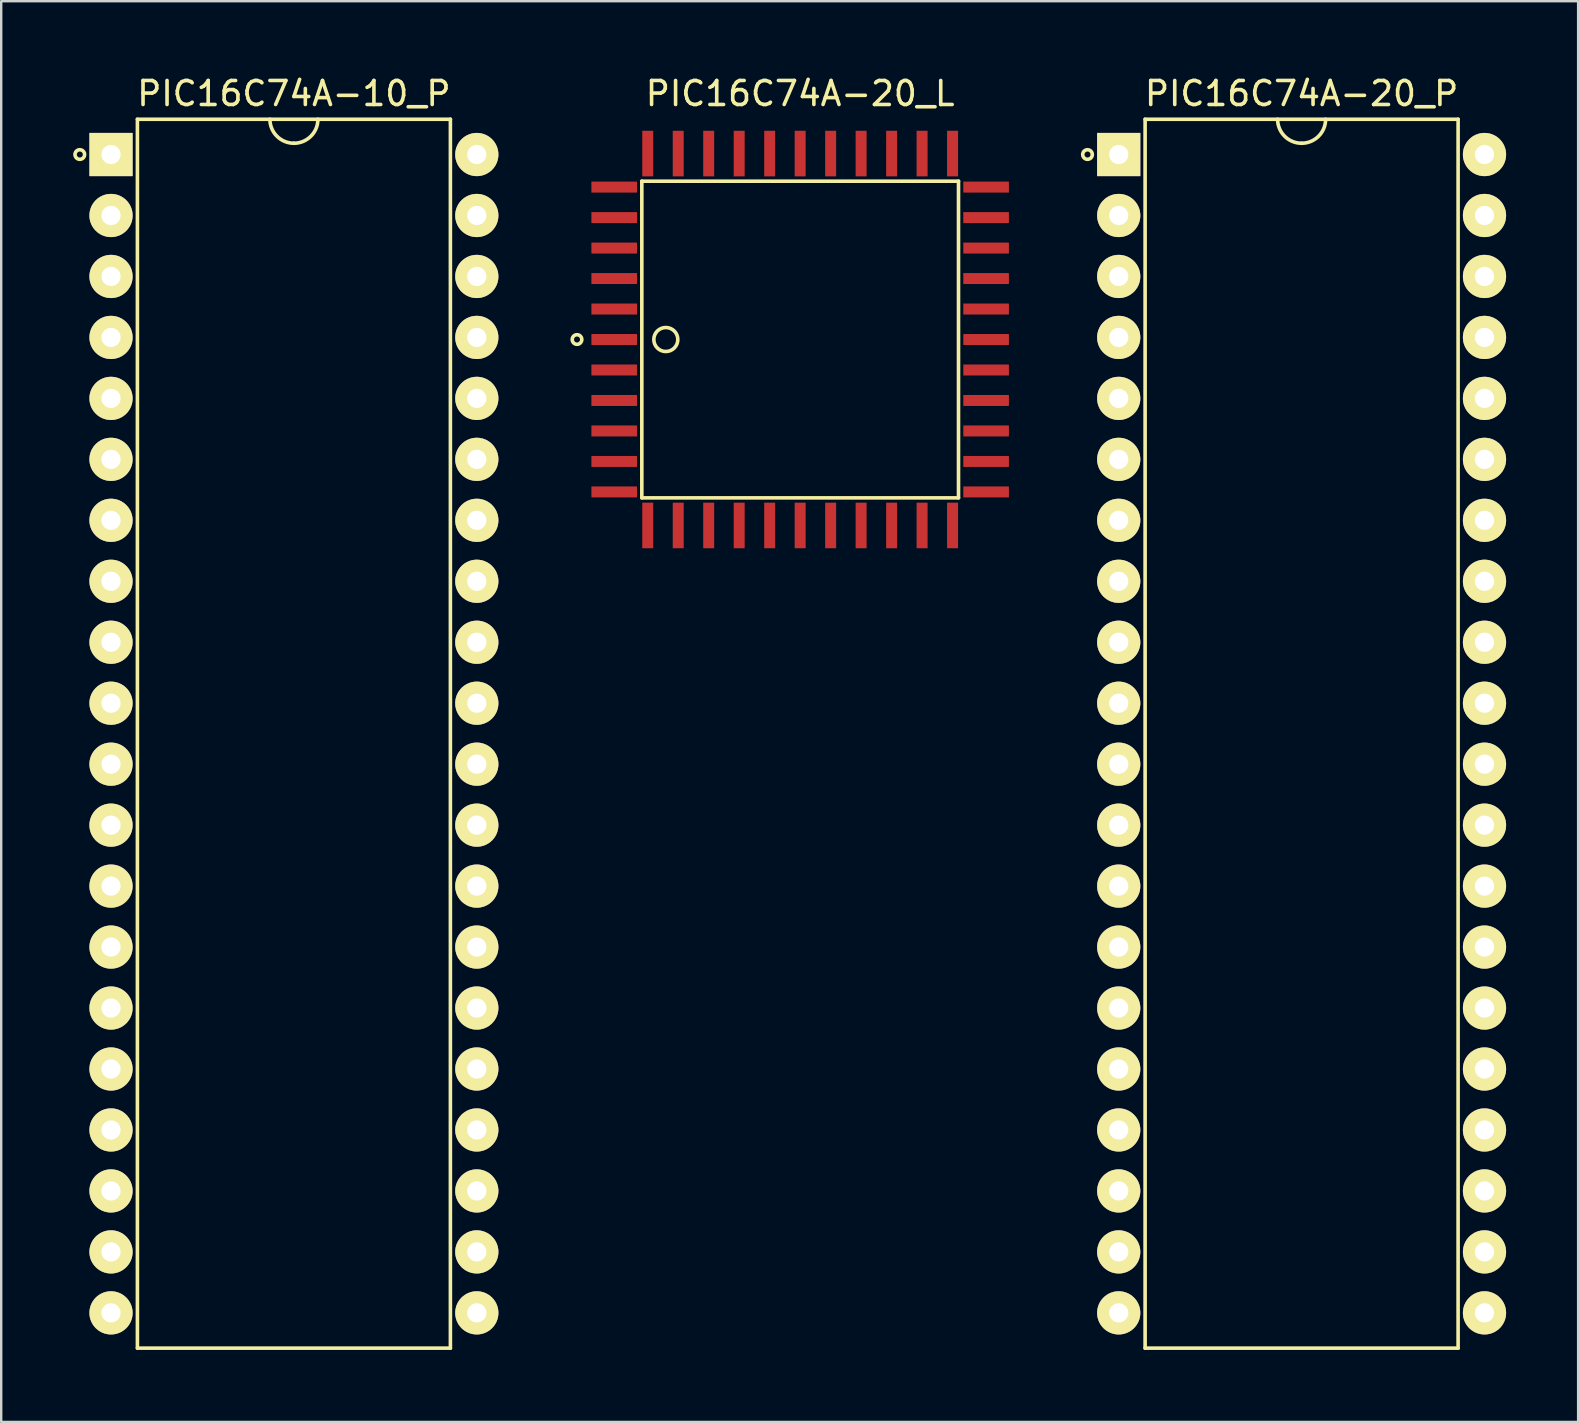
<source format=kicad_pcb>
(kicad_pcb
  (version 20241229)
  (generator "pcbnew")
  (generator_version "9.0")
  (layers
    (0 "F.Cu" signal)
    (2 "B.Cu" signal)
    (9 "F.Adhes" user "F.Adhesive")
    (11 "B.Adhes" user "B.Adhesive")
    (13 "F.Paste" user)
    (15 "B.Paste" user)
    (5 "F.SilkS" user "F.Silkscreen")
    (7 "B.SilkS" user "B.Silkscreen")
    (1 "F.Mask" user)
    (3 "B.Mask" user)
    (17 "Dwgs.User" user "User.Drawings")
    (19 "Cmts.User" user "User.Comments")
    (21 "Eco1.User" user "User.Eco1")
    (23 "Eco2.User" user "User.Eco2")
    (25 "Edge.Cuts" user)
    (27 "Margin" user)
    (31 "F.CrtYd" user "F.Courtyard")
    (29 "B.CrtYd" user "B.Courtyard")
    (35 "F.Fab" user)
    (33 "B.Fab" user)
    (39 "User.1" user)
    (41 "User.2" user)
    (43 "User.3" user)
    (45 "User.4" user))
  (footprint "PIC16C74A-10_P"
    (layer "F.Cu")
    (at 1.575 3.388)
    (property "Reference" "PIC16C74A-10_P" (at 7.62 -2.54 0) (layer "F.SilkS") (effects (font (size 1 1) (thickness 0.15))))
    (attr through_hole)
    (fp_line (start 1.1 -1.47) (end 14.14 -1.47) (stroke (width 0.15) (type solid)) (layer "F.SilkS"))
    (fp_line (start 1.1 49.73) (end 1.1 -1.47) (stroke (width 0.15) (type solid)) (layer "F.SilkS"))
    (fp_line (start 14.14 -1.47) (end 14.14 49.73) (stroke (width 0.15) (type solid)) (layer "F.SilkS"))
    (fp_line (start 14.14 49.73) (end 1.1 49.73) (stroke (width 0.15) (type solid)) (layer "F.SilkS"))
    (fp_arc (start 7.62 -0.47) (mid 6.912893 -0.762893) (end 6.62 -1.47) (stroke (width 0.15) (type solid)) (layer "F.SilkS"))
    (fp_arc (start 8.62 -1.47) (mid 8.327107 -0.762893) (end 7.62 -0.47) (stroke (width 0.15) (type solid)) (layer "F.SilkS"))
    (fp_circle (center -1.3 0) (end -1.3 0.2) (stroke (width 0.15) (type solid)) (fill no) (layer "F.SilkS"))
    (pad "1" thru_hole rect (at 0 0) (size 1.8 1.8) (drill 0.8) (layers "*.Cu" "*.Mask" "F.SilkS"))
    (pad "2" thru_hole circle (at 0 2.54) (size 1.8 1.8) (drill 0.8) (layers "*.Cu" "*.Mask" "F.SilkS"))
    (pad "3" thru_hole circle (at 0 5.08) (size 1.8 1.8) (drill 0.8) (layers "*.Cu" "*.Mask" "F.SilkS"))
    (pad "4" thru_hole circle (at 0 7.62) (size 1.8 1.8) (drill 0.8) (layers "*.Cu" "*.Mask" "F.SilkS"))
    (pad "5" thru_hole circle (at 0 10.16) (size 1.8 1.8) (drill 0.8) (layers "*.Cu" "*.Mask" "F.SilkS"))
    (pad "6" thru_hole circle (at 0 12.7) (size 1.8 1.8) (drill 0.8) (layers "*.Cu" "*.Mask" "F.SilkS"))
    (pad "7" thru_hole circle (at 0 15.24) (size 1.8 1.8) (drill 0.8) (layers "*.Cu" "*.Mask" "F.SilkS"))
    (pad "8" thru_hole circle (at 0 17.78) (size 1.8 1.8) (drill 0.8) (layers "*.Cu" "*.Mask" "F.SilkS"))
    (pad "9" thru_hole circle (at 0 20.32) (size 1.8 1.8) (drill 0.8) (layers "*.Cu" "*.Mask" "F.SilkS"))
    (pad "10" thru_hole circle (at 0 22.86) (size 1.8 1.8) (drill 0.8) (layers "*.Cu" "*.Mask" "F.SilkS"))
    (pad "11" thru_hole circle (at 0 25.4) (size 1.8 1.8) (drill 0.8) (layers "*.Cu" "*.Mask" "F.SilkS"))
    (pad "12" thru_hole circle (at 0 27.94) (size 1.8 1.8) (drill 0.8) (layers "*.Cu" "*.Mask" "F.SilkS"))
    (pad "13" thru_hole circle (at 0 30.48) (size 1.8 1.8) (drill 0.8) (layers "*.Cu" "*.Mask" "F.SilkS"))
    (pad "14" thru_hole circle (at 0 33.02) (size 1.8 1.8) (drill 0.8) (layers "*.Cu" "*.Mask" "F.SilkS"))
    (pad "15" thru_hole circle (at 0 35.56) (size 1.8 1.8) (drill 0.8) (layers "*.Cu" "*.Mask" "F.SilkS"))
    (pad "16" thru_hole circle (at 0 38.1) (size 1.8 1.8) (drill 0.8) (layers "*.Cu" "*.Mask" "F.SilkS"))
    (pad "17" thru_hole circle (at 0 40.64) (size 1.8 1.8) (drill 0.8) (layers "*.Cu" "*.Mask" "F.SilkS"))
    (pad "18" thru_hole circle (at 0 43.18) (size 1.8 1.8) (drill 0.8) (layers "*.Cu" "*.Mask" "F.SilkS"))
    (pad "19" thru_hole circle (at 0 45.72) (size 1.8 1.8) (drill 0.8) (layers "*.Cu" "*.Mask" "F.SilkS"))
    (pad "20" thru_hole circle (at 0 48.26) (size 1.8 1.8) (drill 0.8) (layers "*.Cu" "*.Mask" "F.SilkS"))
    (pad "21" thru_hole circle (at 15.24 48.26) (size 1.8 1.8) (drill 0.8) (layers "*.Cu" "*.Mask" "F.SilkS"))
    (pad "22" thru_hole circle (at 15.24 45.72) (size 1.8 1.8) (drill 0.8) (layers "*.Cu" "*.Mask" "F.SilkS"))
    (pad "23" thru_hole circle (at 15.24 43.18) (size 1.8 1.8) (drill 0.8) (layers "*.Cu" "*.Mask" "F.SilkS"))
    (pad "24" thru_hole circle (at 15.24 40.64) (size 1.8 1.8) (drill 0.8) (layers "*.Cu" "*.Mask" "F.SilkS"))
    (pad "25" thru_hole circle (at 15.24 38.1) (size 1.8 1.8) (drill 0.8) (layers "*.Cu" "*.Mask" "F.SilkS"))
    (pad "26" thru_hole circle (at 15.24 35.56) (size 1.8 1.8) (drill 0.8) (layers "*.Cu" "*.Mask" "F.SilkS"))
    (pad "27" thru_hole circle (at 15.24 33.02) (size 1.8 1.8) (drill 0.8) (layers "*.Cu" "*.Mask" "F.SilkS"))
    (pad "28" thru_hole circle (at 15.24 30.48) (size 1.8 1.8) (drill 0.8) (layers "*.Cu" "*.Mask" "F.SilkS"))
    (pad "29" thru_hole circle (at 15.24 27.94) (size 1.8 1.8) (drill 0.8) (layers "*.Cu" "*.Mask" "F.SilkS"))
    (pad "30" thru_hole circle (at 15.24 25.4) (size 1.8 1.8) (drill 0.8) (layers "*.Cu" "*.Mask" "F.SilkS"))
    (pad "31" thru_hole circle (at 15.24 22.86) (size 1.8 1.8) (drill 0.8) (layers "*.Cu" "*.Mask" "F.SilkS"))
    (pad "32" thru_hole circle (at 15.24 20.32) (size 1.8 1.8) (drill 0.8) (layers "*.Cu" "*.Mask" "F.SilkS"))
    (pad "33" thru_hole circle (at 15.24 17.78) (size 1.8 1.8) (drill 0.8) (layers "*.Cu" "*.Mask" "F.SilkS"))
    (pad "34" thru_hole circle (at 15.24 15.24) (size 1.8 1.8) (drill 0.8) (layers "*.Cu" "*.Mask" "F.SilkS"))
    (pad "35" thru_hole circle (at 15.24 12.7) (size 1.8 1.8) (drill 0.8) (layers "*.Cu" "*.Mask" "F.SilkS"))
    (pad "36" thru_hole circle (at 15.24 10.16) (size 1.8 1.8) (drill 0.8) (layers "*.Cu" "*.Mask" "F.SilkS"))
    (pad "37" thru_hole circle (at 15.24 7.62) (size 1.8 1.8) (drill 0.8) (layers "*.Cu" "*.Mask" "F.SilkS"))
    (pad "38" thru_hole circle (at 15.24 5.08) (size 1.8 1.8) (drill 0.8) (layers "*.Cu" "*.Mask" "F.SilkS"))
    (pad "39" thru_hole circle (at 15.24 2.54) (size 1.8 1.8) (drill 0.8) (layers "*.Cu" "*.Mask" "F.SilkS"))
    (pad "40" thru_hole circle (at 15.24 0) (size 1.8 1.8) (drill 0.8) (layers "*.Cu" "*.Mask" "F.SilkS")))
  (footprint "PIC16C74A-20_L"
    (layer "F.Cu")
    (at 22.54 3.348)
    (property "Reference" "PIC16C74A-20_L" (at 7.747 -2.5 0) (layer "F.SilkS") (effects (font (size 1 1) (thickness 0.15))))
    (attr through_hole)
    (fp_line (start 1.15 1.15) (end 1.15 14.344) (stroke (width 0.15) (type solid)) (layer "F.SilkS"))
    (fp_line (start 1.15 1.15) (end 14.344 1.15) (stroke (width 0.15) (type solid)) (layer "F.SilkS"))
    (fp_line (start 1.15 14.344) (end 14.344 14.344) (stroke (width 0.15) (type solid)) (layer "F.SilkS"))
    (fp_line (start 14.344 14.344) (end 14.344 1.15) (stroke (width 0.15) (type solid)) (layer "F.SilkS"))
    (fp_circle (center -1.55 7.747) (end -1.55 7.547) (stroke (width 0.15) (type solid)) (fill no) (layer "F.SilkS"))
    (fp_circle (center 2.15 7.747) (end 2.15 7.247) (stroke (width 0.15) (type solid)) (fill no) (layer "F.SilkS"))
    (pad "1" smd rect (at 0 7.747) (size 1.9 0.457) (layers "F.Cu" "F.Mask" "F.Paste"))
    (pad "2" smd rect (at 0 9.017) (size 1.9 0.457) (layers "F.Cu" "F.Mask" "F.Paste"))
    (pad "3" smd rect (at 0 10.287) (size 1.9 0.457) (layers "F.Cu" "F.Mask" "F.Paste"))
    (pad "4" smd rect (at 0 11.557) (size 1.9 0.457) (layers "F.Cu" "F.Mask" "F.Paste"))
    (pad "5" smd rect (at 0 12.827) (size 1.9 0.457) (layers "F.Cu" "F.Mask" "F.Paste"))
    (pad "6" smd rect (at 0 14.097) (size 1.9 0.457) (layers "F.Cu" "F.Mask" "F.Paste"))
    (pad "7" smd rect (at 1.397 15.494) (size 0.457 1.9) (layers "F.Cu" "F.Mask" "F.Paste"))
    (pad "8" smd rect (at 2.667 15.494) (size 0.457 1.9) (layers "F.Cu" "F.Mask" "F.Paste"))
    (pad "9" smd rect (at 3.937 15.494) (size 0.457 1.9) (layers "F.Cu" "F.Mask" "F.Paste"))
    (pad "10" smd rect (at 5.207 15.494) (size 0.457 1.9) (layers "F.Cu" "F.Mask" "F.Paste"))
    (pad "11" smd rect (at 6.477 15.494) (size 0.457 1.9) (layers "F.Cu" "F.Mask" "F.Paste"))
    (pad "12" smd rect (at 7.747 15.494) (size 0.457 1.9) (layers "F.Cu" "F.Mask" "F.Paste"))
    (pad "13" smd rect (at 9.017 15.494) (size 0.457 1.9) (layers "F.Cu" "F.Mask" "F.Paste"))
    (pad "14" smd rect (at 10.287 15.494) (size 0.457 1.9) (layers "F.Cu" "F.Mask" "F.Paste"))
    (pad "15" smd rect (at 11.557 15.494) (size 0.457 1.9) (layers "F.Cu" "F.Mask" "F.Paste"))
    (pad "16" smd rect (at 12.827 15.494) (size 0.457 1.9) (layers "F.Cu" "F.Mask" "F.Paste"))
    (pad "17" smd rect (at 14.097 15.494) (size 0.457 1.9) (layers "F.Cu" "F.Mask" "F.Paste"))
    (pad "18" smd rect (at 15.494 14.097) (size 1.9 0.457) (layers "F.Cu" "F.Mask" "F.Paste"))
    (pad "19" smd rect (at 15.494 12.827) (size 1.9 0.457) (layers "F.Cu" "F.Mask" "F.Paste"))
    (pad "20" smd rect (at 15.494 11.557) (size 1.9 0.457) (layers "F.Cu" "F.Mask" "F.Paste"))
    (pad "21" smd rect (at 15.494 10.287) (size 1.9 0.457) (layers "F.Cu" "F.Mask" "F.Paste"))
    (pad "22" smd rect (at 15.494 9.017) (size 1.9 0.457) (layers "F.Cu" "F.Mask" "F.Paste"))
    (pad "23" smd rect (at 15.494 7.747) (size 1.9 0.457) (layers "F.Cu" "F.Mask" "F.Paste"))
    (pad "24" smd rect (at 15.494 6.477) (size 1.9 0.457) (layers "F.Cu" "F.Mask" "F.Paste"))
    (pad "25" smd rect (at 15.494 5.207) (size 1.9 0.457) (layers "F.Cu" "F.Mask" "F.Paste"))
    (pad "26" smd rect (at 15.494 3.937) (size 1.9 0.457) (layers "F.Cu" "F.Mask" "F.Paste"))
    (pad "27" smd rect (at 15.494 2.667) (size 1.9 0.457) (layers "F.Cu" "F.Mask" "F.Paste"))
    (pad "28" smd rect (at 15.494 1.397) (size 1.9 0.457) (layers "F.Cu" "F.Mask" "F.Paste"))
    (pad "29" smd rect (at 14.097 0) (size 0.457 1.9) (layers "F.Cu" "F.Mask" "F.Paste"))
    (pad "30" smd rect (at 12.827 0) (size 0.457 1.9) (layers "F.Cu" "F.Mask" "F.Paste"))
    (pad "31" smd rect (at 11.557 0) (size 0.457 1.9) (layers "F.Cu" "F.Mask" "F.Paste"))
    (pad "32" smd rect (at 10.287 0) (size 0.457 1.9) (layers "F.Cu" "F.Mask" "F.Paste"))
    (pad "33" smd rect (at 9.017 0) (size 0.457 1.9) (layers "F.Cu" "F.Mask" "F.Paste"))
    (pad "34" smd rect (at 7.747 0) (size 0.457 1.9) (layers "F.Cu" "F.Mask" "F.Paste"))
    (pad "35" smd rect (at 6.477 0) (size 0.457 1.9) (layers "F.Cu" "F.Mask" "F.Paste"))
    (pad "36" smd rect (at 5.207 0) (size 0.457 1.9) (layers "F.Cu" "F.Mask" "F.Paste"))
    (pad "37" smd rect (at 3.937 0) (size 0.457 1.9) (layers "F.Cu" "F.Mask" "F.Paste"))
    (pad "38" smd rect (at 2.667 0) (size 0.457 1.9) (layers "F.Cu" "F.Mask" "F.Paste"))
    (pad "39" smd rect (at 1.397 0) (size 0.457 1.9) (layers "F.Cu" "F.Mask" "F.Paste"))
    (pad "40" smd rect (at 0 1.397) (size 1.9 0.457) (layers "F.Cu" "F.Mask" "F.Paste"))
    (pad "41" smd rect (at 0 2.667) (size 1.9 0.457) (layers "F.Cu" "F.Mask" "F.Paste"))
    (pad "42" smd rect (at 0 3.937) (size 1.9 0.457) (layers "F.Cu" "F.Mask" "F.Paste"))
    (pad "43" smd rect (at 0 5.207) (size 1.9 0.457) (layers "F.Cu" "F.Mask" "F.Paste"))
    (pad "44" smd rect (at 0 6.477) (size 1.9 0.457) (layers "F.Cu" "F.Mask" "F.Paste")))
  (footprint "PIC16C74A-20_P"
    (layer "F.Cu")
    (at 43.559 3.388)
    (property "Reference" "PIC16C74A-20_P" (at 7.62 -2.54 0) (layer "F.SilkS") (effects (font (size 1 1) (thickness 0.15))))
    (attr through_hole)
    (fp_line (start 1.1 -1.47) (end 14.14 -1.47) (stroke (width 0.15) (type solid)) (layer "F.SilkS"))
    (fp_line (start 1.1 49.73) (end 1.1 -1.47) (stroke (width 0.15) (type solid)) (layer "F.SilkS"))
    (fp_line (start 14.14 -1.47) (end 14.14 49.73) (stroke (width 0.15) (type solid)) (layer "F.SilkS"))
    (fp_line (start 14.14 49.73) (end 1.1 49.73) (stroke (width 0.15) (type solid)) (layer "F.SilkS"))
    (fp_arc (start 7.62 -0.47) (mid 6.912893 -0.762893) (end 6.62 -1.47) (stroke (width 0.15) (type solid)) (layer "F.SilkS"))
    (fp_arc (start 8.62 -1.47) (mid 8.327107 -0.762893) (end 7.62 -0.47) (stroke (width 0.15) (type solid)) (layer "F.SilkS"))
    (fp_circle (center -1.3 0) (end -1.3 0.2) (stroke (width 0.15) (type solid)) (fill no) (layer "F.SilkS"))
    (pad "1" thru_hole rect (at 0 0) (size 1.8 1.8) (drill 0.8) (layers "*.Cu" "*.Mask" "F.SilkS"))
    (pad "2" thru_hole circle (at 0 2.54) (size 1.8 1.8) (drill 0.8) (layers "*.Cu" "*.Mask" "F.SilkS"))
    (pad "3" thru_hole circle (at 0 5.08) (size 1.8 1.8) (drill 0.8) (layers "*.Cu" "*.Mask" "F.SilkS"))
    (pad "4" thru_hole circle (at 0 7.62) (size 1.8 1.8) (drill 0.8) (layers "*.Cu" "*.Mask" "F.SilkS"))
    (pad "5" thru_hole circle (at 0 10.16) (size 1.8 1.8) (drill 0.8) (layers "*.Cu" "*.Mask" "F.SilkS"))
    (pad "6" thru_hole circle (at 0 12.7) (size 1.8 1.8) (drill 0.8) (layers "*.Cu" "*.Mask" "F.SilkS"))
    (pad "7" thru_hole circle (at 0 15.24) (size 1.8 1.8) (drill 0.8) (layers "*.Cu" "*.Mask" "F.SilkS"))
    (pad "8" thru_hole circle (at 0 17.78) (size 1.8 1.8) (drill 0.8) (layers "*.Cu" "*.Mask" "F.SilkS"))
    (pad "9" thru_hole circle (at 0 20.32) (size 1.8 1.8) (drill 0.8) (layers "*.Cu" "*.Mask" "F.SilkS"))
    (pad "10" thru_hole circle (at 0 22.86) (size 1.8 1.8) (drill 0.8) (layers "*.Cu" "*.Mask" "F.SilkS"))
    (pad "11" thru_hole circle (at 0 25.4) (size 1.8 1.8) (drill 0.8) (layers "*.Cu" "*.Mask" "F.SilkS"))
    (pad "12" thru_hole circle (at 0 27.94) (size 1.8 1.8) (drill 0.8) (layers "*.Cu" "*.Mask" "F.SilkS"))
    (pad "13" thru_hole circle (at 0 30.48) (size 1.8 1.8) (drill 0.8) (layers "*.Cu" "*.Mask" "F.SilkS"))
    (pad "14" thru_hole circle (at 0 33.02) (size 1.8 1.8) (drill 0.8) (layers "*.Cu" "*.Mask" "F.SilkS"))
    (pad "15" thru_hole circle (at 0 35.56) (size 1.8 1.8) (drill 0.8) (layers "*.Cu" "*.Mask" "F.SilkS"))
    (pad "16" thru_hole circle (at 0 38.1) (size 1.8 1.8) (drill 0.8) (layers "*.Cu" "*.Mask" "F.SilkS"))
    (pad "17" thru_hole circle (at 0 40.64) (size 1.8 1.8) (drill 0.8) (layers "*.Cu" "*.Mask" "F.SilkS"))
    (pad "18" thru_hole circle (at 0 43.18) (size 1.8 1.8) (drill 0.8) (layers "*.Cu" "*.Mask" "F.SilkS"))
    (pad "19" thru_hole circle (at 0 45.72) (size 1.8 1.8) (drill 0.8) (layers "*.Cu" "*.Mask" "F.SilkS"))
    (pad "20" thru_hole circle (at 0 48.26) (size 1.8 1.8) (drill 0.8) (layers "*.Cu" "*.Mask" "F.SilkS"))
    (pad "21" thru_hole circle (at 15.24 48.26) (size 1.8 1.8) (drill 0.8) (layers "*.Cu" "*.Mask" "F.SilkS"))
    (pad "22" thru_hole circle (at 15.24 45.72) (size 1.8 1.8) (drill 0.8) (layers "*.Cu" "*.Mask" "F.SilkS"))
    (pad "23" thru_hole circle (at 15.24 43.18) (size 1.8 1.8) (drill 0.8) (layers "*.Cu" "*.Mask" "F.SilkS"))
    (pad "24" thru_hole circle (at 15.24 40.64) (size 1.8 1.8) (drill 0.8) (layers "*.Cu" "*.Mask" "F.SilkS"))
    (pad "25" thru_hole circle (at 15.24 38.1) (size 1.8 1.8) (drill 0.8) (layers "*.Cu" "*.Mask" "F.SilkS"))
    (pad "26" thru_hole circle (at 15.24 35.56) (size 1.8 1.8) (drill 0.8) (layers "*.Cu" "*.Mask" "F.SilkS"))
    (pad "27" thru_hole circle (at 15.24 33.02) (size 1.8 1.8) (drill 0.8) (layers "*.Cu" "*.Mask" "F.SilkS"))
    (pad "28" thru_hole circle (at 15.24 30.48) (size 1.8 1.8) (drill 0.8) (layers "*.Cu" "*.Mask" "F.SilkS"))
    (pad "29" thru_hole circle (at 15.24 27.94) (size 1.8 1.8) (drill 0.8) (layers "*.Cu" "*.Mask" "F.SilkS"))
    (pad "30" thru_hole circle (at 15.24 25.4) (size 1.8 1.8) (drill 0.8) (layers "*.Cu" "*.Mask" "F.SilkS"))
    (pad "31" thru_hole circle (at 15.24 22.86) (size 1.8 1.8) (drill 0.8) (layers "*.Cu" "*.Mask" "F.SilkS"))
    (pad "32" thru_hole circle (at 15.24 20.32) (size 1.8 1.8) (drill 0.8) (layers "*.Cu" "*.Mask" "F.SilkS"))
    (pad "33" thru_hole circle (at 15.24 17.78) (size 1.8 1.8) (drill 0.8) (layers "*.Cu" "*.Mask" "F.SilkS"))
    (pad "34" thru_hole circle (at 15.24 15.24) (size 1.8 1.8) (drill 0.8) (layers "*.Cu" "*.Mask" "F.SilkS"))
    (pad "35" thru_hole circle (at 15.24 12.7) (size 1.8 1.8) (drill 0.8) (layers "*.Cu" "*.Mask" "F.SilkS"))
    (pad "36" thru_hole circle (at 15.24 10.16) (size 1.8 1.8) (drill 0.8) (layers "*.Cu" "*.Mask" "F.SilkS"))
    (pad "37" thru_hole circle (at 15.24 7.62) (size 1.8 1.8) (drill 0.8) (layers "*.Cu" "*.Mask" "F.SilkS"))
    (pad "38" thru_hole circle (at 15.24 5.08) (size 1.8 1.8) (drill 0.8) (layers "*.Cu" "*.Mask" "F.SilkS"))
    (pad "39" thru_hole circle (at 15.24 2.54) (size 1.8 1.8) (drill 0.8) (layers "*.Cu" "*.Mask" "F.SilkS"))
    (pad "40" thru_hole circle (at 15.24 0) (size 1.8 1.8) (drill 0.8) (layers "*.Cu" "*.Mask" "F.SilkS")))
  (gr_rect
    (start -3 -3)
    (end 62.699 56.193)
    (stroke (width 0.1) (type default))
    (fill no)
    (layer "Edge.Cuts")))
</source>
